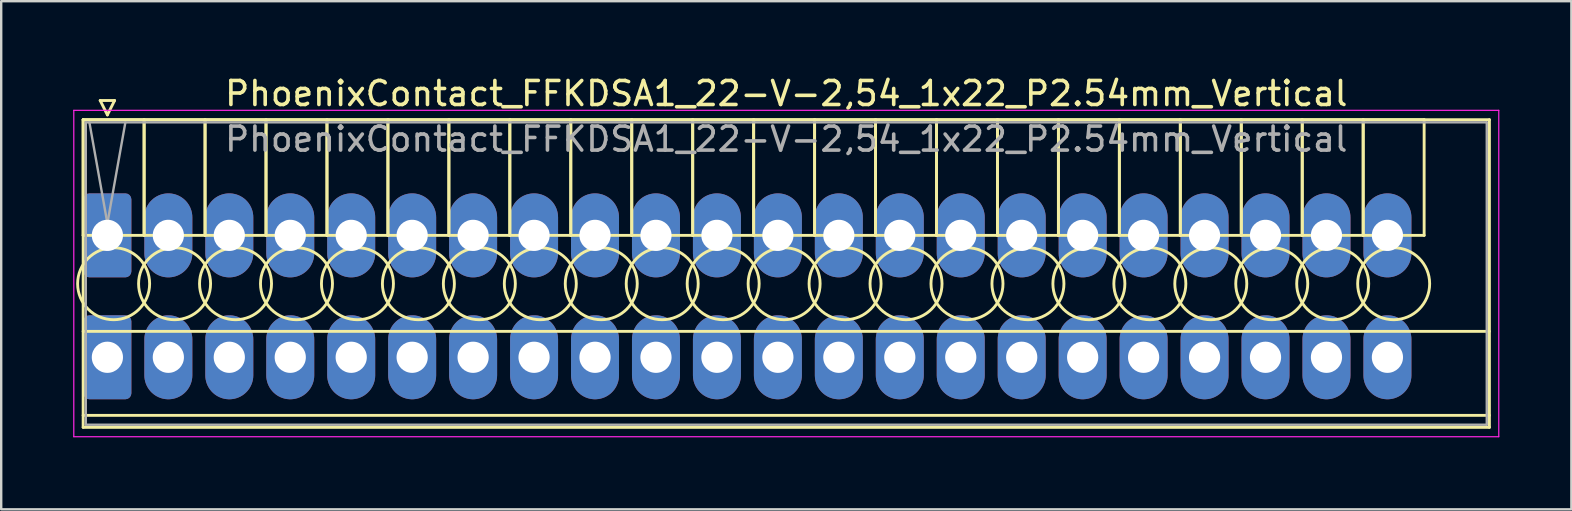
<source format=kicad_pcb>
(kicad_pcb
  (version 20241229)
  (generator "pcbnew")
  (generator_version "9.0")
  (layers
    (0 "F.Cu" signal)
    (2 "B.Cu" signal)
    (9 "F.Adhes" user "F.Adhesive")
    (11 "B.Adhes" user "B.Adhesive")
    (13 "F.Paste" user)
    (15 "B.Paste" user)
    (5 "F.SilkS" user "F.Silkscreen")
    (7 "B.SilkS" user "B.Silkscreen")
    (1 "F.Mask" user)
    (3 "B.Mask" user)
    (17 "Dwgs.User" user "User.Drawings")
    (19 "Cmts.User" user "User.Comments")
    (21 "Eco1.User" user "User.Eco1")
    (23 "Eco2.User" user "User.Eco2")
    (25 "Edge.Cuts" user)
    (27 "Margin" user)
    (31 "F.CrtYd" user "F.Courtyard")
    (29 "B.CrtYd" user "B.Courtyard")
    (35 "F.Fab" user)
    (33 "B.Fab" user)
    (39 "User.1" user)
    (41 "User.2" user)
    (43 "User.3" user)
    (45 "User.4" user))
  (footprint "PhoenixContact_FFKDSA1_22-V-2,54_1x22_P2.54mm_Vertical"
    (layer "F.Cu")
    (at 1.425 6.758)
    (property "Reference" "PhoenixContact_FFKDSA1_22-V-2,54_1x22_P2.54mm_Vertical" (at 28.29 -5.91 0) (layer "F.SilkS") (effects (font (size 1 1) (thickness 0.15))))
    (attr through_hole)
    (fp_line (start -1.01 -4.82) (end -1.01 0) (stroke (width 0.12) (type solid)) (layer "F.SilkS"))
    (fp_line (start -1.01 -4.82) (end -1.01 8) (stroke (width 0.12) (type solid)) (layer "F.SilkS"))
    (fp_line (start -1.01 0) (end 1.53 0) (stroke (width 0.12) (type solid)) (layer "F.SilkS"))
    (fp_line (start -1.01 4) (end 57.59 4) (stroke (width 0.12) (type solid)) (layer "F.SilkS"))
    (fp_line (start -1.01 7.5) (end 57.59 7.5) (stroke (width 0.12) (type solid)) (layer "F.SilkS"))
    (fp_line (start -1.01 8) (end 57.59 8) (stroke (width 0.12) (type solid)) (layer "F.SilkS"))
    (fp_line (start -0.3 -5.62) (end 0.3 -5.62) (stroke (width 0.12) (type solid)) (layer "F.SilkS"))
    (fp_line (start 0 -5.02) (end -0.3 -5.62) (stroke (width 0.12) (type solid)) (layer "F.SilkS"))
    (fp_line (start 0.3 -5.62) (end 0 -5.02) (stroke (width 0.12) (type solid)) (layer "F.SilkS"))
    (fp_line (start 1.53 -4.82) (end -1.01 -4.82) (stroke (width 0.12) (type solid)) (layer "F.SilkS"))
    (fp_line (start 1.53 -4.82) (end 1.53 0) (stroke (width 0.12) (type solid)) (layer "F.SilkS"))
    (fp_line (start 1.53 0) (end 1.53 -4.82) (stroke (width 0.12) (type solid)) (layer "F.SilkS"))
    (fp_line (start 1.53 0) (end 4.07 0) (stroke (width 0.12) (type solid)) (layer "F.SilkS"))
    (fp_line (start 4.07 -4.82) (end 1.53 -4.82) (stroke (width 0.12) (type solid)) (layer "F.SilkS"))
    (fp_line (start 4.07 -4.82) (end 4.07 0) (stroke (width 0.12) (type solid)) (layer "F.SilkS"))
    (fp_line (start 4.07 0) (end 4.07 -4.82) (stroke (width 0.12) (type solid)) (layer "F.SilkS"))
    (fp_line (start 4.07 0) (end 6.61 0) (stroke (width 0.12) (type solid)) (layer "F.SilkS"))
    (fp_line (start 6.61 -4.82) (end 4.07 -4.82) (stroke (width 0.12) (type solid)) (layer "F.SilkS"))
    (fp_line (start 6.61 -4.82) (end 6.61 0) (stroke (width 0.12) (type solid)) (layer "F.SilkS"))
    (fp_line (start 6.61 0) (end 6.61 -4.82) (stroke (width 0.12) (type solid)) (layer "F.SilkS"))
    (fp_line (start 6.61 0) (end 9.15 0) (stroke (width 0.12) (type solid)) (layer "F.SilkS"))
    (fp_line (start 9.15 -4.82) (end 6.61 -4.82) (stroke (width 0.12) (type solid)) (layer "F.SilkS"))
    (fp_line (start 9.15 -4.82) (end 9.15 0) (stroke (width 0.12) (type solid)) (layer "F.SilkS"))
    (fp_line (start 9.15 0) (end 9.15 -4.82) (stroke (width 0.12) (type solid)) (layer "F.SilkS"))
    (fp_line (start 9.15 0) (end 11.69 0) (stroke (width 0.12) (type solid)) (layer "F.SilkS"))
    (fp_line (start 11.69 -4.82) (end 9.15 -4.82) (stroke (width 0.12) (type solid)) (layer "F.SilkS"))
    (fp_line (start 11.69 -4.82) (end 11.69 0) (stroke (width 0.12) (type solid)) (layer "F.SilkS"))
    (fp_line (start 11.69 0) (end 11.69 -4.82) (stroke (width 0.12) (type solid)) (layer "F.SilkS"))
    (fp_line (start 11.69 0) (end 14.23 0) (stroke (width 0.12) (type solid)) (layer "F.SilkS"))
    (fp_line (start 14.23 -4.82) (end 11.69 -4.82) (stroke (width 0.12) (type solid)) (layer "F.SilkS"))
    (fp_line (start 14.23 -4.82) (end 14.23 0) (stroke (width 0.12) (type solid)) (layer "F.SilkS"))
    (fp_line (start 14.23 0) (end 14.23 -4.82) (stroke (width 0.12) (type solid)) (layer "F.SilkS"))
    (fp_line (start 14.23 0) (end 16.77 0) (stroke (width 0.12) (type solid)) (layer "F.SilkS"))
    (fp_line (start 16.77 -4.82) (end 14.23 -4.82) (stroke (width 0.12) (type solid)) (layer "F.SilkS"))
    (fp_line (start 16.77 -4.82) (end 16.77 0) (stroke (width 0.12) (type solid)) (layer "F.SilkS"))
    (fp_line (start 16.77 0) (end 16.77 -4.82) (stroke (width 0.12) (type solid)) (layer "F.SilkS"))
    (fp_line (start 16.77 0) (end 19.31 0) (stroke (width 0.12) (type solid)) (layer "F.SilkS"))
    (fp_line (start 19.31 -4.82) (end 16.77 -4.82) (stroke (width 0.12) (type solid)) (layer "F.SilkS"))
    (fp_line (start 19.31 -4.82) (end 19.31 0) (stroke (width 0.12) (type solid)) (layer "F.SilkS"))
    (fp_line (start 19.31 0) (end 19.31 -4.82) (stroke (width 0.12) (type solid)) (layer "F.SilkS"))
    (fp_line (start 19.31 0) (end 21.85 0) (stroke (width 0.12) (type solid)) (layer "F.SilkS"))
    (fp_line (start 21.85 -4.82) (end 19.31 -4.82) (stroke (width 0.12) (type solid)) (layer "F.SilkS"))
    (fp_line (start 21.85 -4.82) (end 21.85 0) (stroke (width 0.12) (type solid)) (layer "F.SilkS"))
    (fp_line (start 21.85 0) (end 21.85 -4.82) (stroke (width 0.12) (type solid)) (layer "F.SilkS"))
    (fp_line (start 21.85 0) (end 24.39 0) (stroke (width 0.12) (type solid)) (layer "F.SilkS"))
    (fp_line (start 24.39 -4.82) (end 21.85 -4.82) (stroke (width 0.12) (type solid)) (layer "F.SilkS"))
    (fp_line (start 24.39 -4.82) (end 24.39 0) (stroke (width 0.12) (type solid)) (layer "F.SilkS"))
    (fp_line (start 24.39 0) (end 24.39 -4.82) (stroke (width 0.12) (type solid)) (layer "F.SilkS"))
    (fp_line (start 24.39 0) (end 26.93 0) (stroke (width 0.12) (type solid)) (layer "F.SilkS"))
    (fp_line (start 26.93 -4.82) (end 24.39 -4.82) (stroke (width 0.12) (type solid)) (layer "F.SilkS"))
    (fp_line (start 26.93 -4.82) (end 26.93 0) (stroke (width 0.12) (type solid)) (layer "F.SilkS"))
    (fp_line (start 26.93 0) (end 26.93 -4.82) (stroke (width 0.12) (type solid)) (layer "F.SilkS"))
    (fp_line (start 26.93 0) (end 29.47 0) (stroke (width 0.12) (type solid)) (layer "F.SilkS"))
    (fp_line (start 29.47 -4.82) (end 26.93 -4.82) (stroke (width 0.12) (type solid)) (layer "F.SilkS"))
    (fp_line (start 29.47 -4.82) (end 29.47 0) (stroke (width 0.12) (type solid)) (layer "F.SilkS"))
    (fp_line (start 29.47 0) (end 29.47 -4.82) (stroke (width 0.12) (type solid)) (layer "F.SilkS"))
    (fp_line (start 29.47 0) (end 32.01 0) (stroke (width 0.12) (type solid)) (layer "F.SilkS"))
    (fp_line (start 32.01 -4.82) (end 29.47 -4.82) (stroke (width 0.12) (type solid)) (layer "F.SilkS"))
    (fp_line (start 32.01 -4.82) (end 32.01 0) (stroke (width 0.12) (type solid)) (layer "F.SilkS"))
    (fp_line (start 32.01 0) (end 32.01 -4.82) (stroke (width 0.12) (type solid)) (layer "F.SilkS"))
    (fp_line (start 32.01 0) (end 34.55 0) (stroke (width 0.12) (type solid)) (layer "F.SilkS"))
    (fp_line (start 34.55 -4.82) (end 32.01 -4.82) (stroke (width 0.12) (type solid)) (layer "F.SilkS"))
    (fp_line (start 34.55 -4.82) (end 34.55 0) (stroke (width 0.12) (type solid)) (layer "F.SilkS"))
    (fp_line (start 34.55 0) (end 34.55 -4.82) (stroke (width 0.12) (type solid)) (layer "F.SilkS"))
    (fp_line (start 34.55 0) (end 37.09 0) (stroke (width 0.12) (type solid)) (layer "F.SilkS"))
    (fp_line (start 37.09 -4.82) (end 34.55 -4.82) (stroke (width 0.12) (type solid)) (layer "F.SilkS"))
    (fp_line (start 37.09 -4.82) (end 37.09 0) (stroke (width 0.12) (type solid)) (layer "F.SilkS"))
    (fp_line (start 37.09 0) (end 37.09 -4.82) (stroke (width 0.12) (type solid)) (layer "F.SilkS"))
    (fp_line (start 37.09 0) (end 39.63 0) (stroke (width 0.12) (type solid)) (layer "F.SilkS"))
    (fp_line (start 39.63 -4.82) (end 37.09 -4.82) (stroke (width 0.12) (type solid)) (layer "F.SilkS"))
    (fp_line (start 39.63 -4.82) (end 39.63 0) (stroke (width 0.12) (type solid)) (layer "F.SilkS"))
    (fp_line (start 39.63 0) (end 39.63 -4.82) (stroke (width 0.12) (type solid)) (layer "F.SilkS"))
    (fp_line (start 39.63 0) (end 42.17 0) (stroke (width 0.12) (type solid)) (layer "F.SilkS"))
    (fp_line (start 42.17 -4.82) (end 39.63 -4.82) (stroke (width 0.12) (type solid)) (layer "F.SilkS"))
    (fp_line (start 42.17 -4.82) (end 42.17 0) (stroke (width 0.12) (type solid)) (layer "F.SilkS"))
    (fp_line (start 42.17 0) (end 42.17 -4.82) (stroke (width 0.12) (type solid)) (layer "F.SilkS"))
    (fp_line (start 42.17 0) (end 44.71 0) (stroke (width 0.12) (type solid)) (layer "F.SilkS"))
    (fp_line (start 44.71 -4.82) (end 42.17 -4.82) (stroke (width 0.12) (type solid)) (layer "F.SilkS"))
    (fp_line (start 44.71 -4.82) (end 44.71 0) (stroke (width 0.12) (type solid)) (layer "F.SilkS"))
    (fp_line (start 44.71 0) (end 44.71 -4.82) (stroke (width 0.12) (type solid)) (layer "F.SilkS"))
    (fp_line (start 44.71 0) (end 47.25 0) (stroke (width 0.12) (type solid)) (layer "F.SilkS"))
    (fp_line (start 47.25 -4.82) (end 44.71 -4.82) (stroke (width 0.12) (type solid)) (layer "F.SilkS"))
    (fp_line (start 47.25 -4.82) (end 47.25 0) (stroke (width 0.12) (type solid)) (layer "F.SilkS"))
    (fp_line (start 47.25 0) (end 47.25 -4.82) (stroke (width 0.12) (type solid)) (layer "F.SilkS"))
    (fp_line (start 47.25 0) (end 49.79 0) (stroke (width 0.12) (type solid)) (layer "F.SilkS"))
    (fp_line (start 49.79 -4.82) (end 47.25 -4.82) (stroke (width 0.12) (type solid)) (layer "F.SilkS"))
    (fp_line (start 49.79 -4.82) (end 49.79 0) (stroke (width 0.12) (type solid)) (layer "F.SilkS"))
    (fp_line (start 49.79 0) (end 49.79 -4.82) (stroke (width 0.12) (type solid)) (layer "F.SilkS"))
    (fp_line (start 49.79 0) (end 52.33 0) (stroke (width 0.12) (type solid)) (layer "F.SilkS"))
    (fp_line (start 52.33 -4.82) (end 49.79 -4.82) (stroke (width 0.12) (type solid)) (layer "F.SilkS"))
    (fp_line (start 52.33 -4.82) (end 52.33 0) (stroke (width 0.12) (type solid)) (layer "F.SilkS"))
    (fp_line (start 52.33 0) (end 52.33 -4.82) (stroke (width 0.12) (type solid)) (layer "F.SilkS"))
    (fp_line (start 52.33 0) (end 54.87 0) (stroke (width 0.12) (type solid)) (layer "F.SilkS"))
    (fp_line (start 54.87 -4.82) (end 52.33 -4.82) (stroke (width 0.12) (type solid)) (layer "F.SilkS"))
    (fp_line (start 54.87 0) (end 54.87 -4.82) (stroke (width 0.12) (type solid)) (layer "F.SilkS"))
    (fp_line (start 57.59 -4.82) (end -1.01 -4.82) (stroke (width 0.12) (type solid)) (layer "F.SilkS"))
    (fp_line (start 57.59 8) (end 57.59 -4.82) (stroke (width 0.12) (type solid)) (layer "F.SilkS"))
    (fp_circle (center 0.26 2.015) (end 1.76 2.015) (stroke (width 0.12) (type solid)) (fill no) (layer "F.SilkS"))
    (fp_circle (center 2.8 2.015) (end 4.3 2.015) (stroke (width 0.12) (type solid)) (fill no) (layer "F.SilkS"))
    (fp_circle (center 5.34 2.015) (end 6.84 2.015) (stroke (width 0.12) (type solid)) (fill no) (layer "F.SilkS"))
    (fp_circle (center 7.88 2.015) (end 9.38 2.015) (stroke (width 0.12) (type solid)) (fill no) (layer "F.SilkS"))
    (fp_circle (center 10.42 2.015) (end 11.92 2.015) (stroke (width 0.12) (type solid)) (fill no) (layer "F.SilkS"))
    (fp_circle (center 12.96 2.015) (end 14.46 2.015) (stroke (width 0.12) (type solid)) (fill no) (layer "F.SilkS"))
    (fp_circle (center 15.5 2.015) (end 17 2.015) (stroke (width 0.12) (type solid)) (fill no) (layer "F.SilkS"))
    (fp_circle (center 18.04 2.015) (end 19.54 2.015) (stroke (width 0.12) (type solid)) (fill no) (layer "F.SilkS"))
    (fp_circle (center 20.58 2.015) (end 22.08 2.015) (stroke (width 0.12) (type solid)) (fill no) (layer "F.SilkS"))
    (fp_circle (center 23.12 2.015) (end 24.62 2.015) (stroke (width 0.12) (type solid)) (fill no) (layer "F.SilkS"))
    (fp_circle (center 25.66 2.015) (end 27.16 2.015) (stroke (width 0.12) (type solid)) (fill no) (layer "F.SilkS"))
    (fp_circle (center 28.2 2.015) (end 29.7 2.015) (stroke (width 0.12) (type solid)) (fill no) (layer "F.SilkS"))
    (fp_circle (center 30.74 2.015) (end 32.24 2.015) (stroke (width 0.12) (type solid)) (fill no) (layer "F.SilkS"))
    (fp_circle (center 33.28 2.015) (end 34.78 2.015) (stroke (width 0.12) (type solid)) (fill no) (layer "F.SilkS"))
    (fp_circle (center 35.82 2.015) (end 37.32 2.015) (stroke (width 0.12) (type solid)) (fill no) (layer "F.SilkS"))
    (fp_circle (center 38.36 2.015) (end 39.86 2.015) (stroke (width 0.12) (type solid)) (fill no) (layer "F.SilkS"))
    (fp_circle (center 40.9 2.015) (end 42.4 2.015) (stroke (width 0.12) (type solid)) (fill no) (layer "F.SilkS"))
    (fp_circle (center 43.44 2.015) (end 44.94 2.015) (stroke (width 0.12) (type solid)) (fill no) (layer "F.SilkS"))
    (fp_circle (center 45.98 2.015) (end 47.48 2.015) (stroke (width 0.12) (type solid)) (fill no) (layer "F.SilkS"))
    (fp_circle (center 48.52 2.015) (end 50.02 2.015) (stroke (width 0.12) (type solid)) (fill no) (layer "F.SilkS"))
    (fp_circle (center 51.06 2.015) (end 52.56 2.015) (stroke (width 0.12) (type solid)) (fill no) (layer "F.SilkS"))
    (fp_circle (center 53.6 2.015) (end 55.1 2.015) (stroke (width 0.12) (type solid)) (fill no) (layer "F.SilkS"))
    (fp_line (start -1.4 -5.21) (end -1.4 8.39) (stroke (width 0.05) (type solid)) (layer "F.CrtYd"))
    (fp_line (start -1.4 8.39) (end 57.98 8.39) (stroke (width 0.05) (type solid)) (layer "F.CrtYd"))
    (fp_line (start 57.98 -5.21) (end -1.4 -5.21) (stroke (width 0.05) (type solid)) (layer "F.CrtYd"))
    (fp_line (start 57.98 8.39) (end 57.98 -5.21) (stroke (width 0.05) (type solid)) (layer "F.CrtYd"))
    (fp_line (start -0.9 -4.71) (end -0.9 7.89) (stroke (width 0.1) (type solid)) (layer "F.Fab"))
    (fp_line (start -0.9 7.89) (end 57.48 7.89) (stroke (width 0.1) (type solid)) (layer "F.Fab"))
    (fp_line (start 0 -0.5) (end -0.75 -4.71) (stroke (width 0.1) (type solid)) (layer "F.Fab"))
    (fp_line (start 0.75 -4.71) (end 0 -0.5) (stroke (width 0.1) (type solid)) (layer "F.Fab"))
    (fp_line (start 57.48 -4.71) (end -0.9 -4.71) (stroke (width 0.1) (type solid)) (layer "F.Fab"))
    (fp_line (start 57.48 7.89) (end 57.48 -4.71) (stroke (width 0.1) (type solid)) (layer "F.Fab"))
    (fp_text user "${REFERENCE}" (at 28.29 -4.01 0) (layer "F.Fab") (effects (font (size 1 1) (thickness 0.15))))
    (pad "1" thru_hole roundrect (at 0 0) (size 2 3.5) (drill 1.3) (layers "*.Cu" "*.Mask") (roundrect_rratio 0.125))
    (pad "1" thru_hole roundrect (at 0 5.08) (size 2 3.5) (drill 1.3) (layers "*.Cu" "*.Mask") (roundrect_rratio 0.125))
    (pad "2" thru_hole oval (at 2.54 0) (size 2 3.5) (drill 1.3) (layers "*.Cu" "*.Mask"))
    (pad "2" thru_hole oval (at 2.54 5.08) (size 2 3.5) (drill 1.3) (layers "*.Cu" "*.Mask"))
    (pad "3" thru_hole oval (at 5.08 0) (size 2 3.5) (drill 1.3) (layers "*.Cu" "*.Mask"))
    (pad "3" thru_hole oval (at 5.08 5.08) (size 2 3.5) (drill 1.3) (layers "*.Cu" "*.Mask"))
    (pad "4" thru_hole oval (at 7.62 0) (size 2 3.5) (drill 1.3) (layers "*.Cu" "*.Mask"))
    (pad "4" thru_hole oval (at 7.62 5.08) (size 2 3.5) (drill 1.3) (layers "*.Cu" "*.Mask"))
    (pad "5" thru_hole oval (at 10.16 0) (size 2 3.5) (drill 1.3) (layers "*.Cu" "*.Mask"))
    (pad "5" thru_hole oval (at 10.16 5.08) (size 2 3.5) (drill 1.3) (layers "*.Cu" "*.Mask"))
    (pad "6" thru_hole oval (at 12.7 0) (size 2 3.5) (drill 1.3) (layers "*.Cu" "*.Mask"))
    (pad "6" thru_hole oval (at 12.7 5.08) (size 2 3.5) (drill 1.3) (layers "*.Cu" "*.Mask"))
    (pad "7" thru_hole oval (at 15.24 0) (size 2 3.5) (drill 1.3) (layers "*.Cu" "*.Mask"))
    (pad "7" thru_hole oval (at 15.24 5.08) (size 2 3.5) (drill 1.3) (layers "*.Cu" "*.Mask"))
    (pad "8" thru_hole oval (at 17.78 0) (size 2 3.5) (drill 1.3) (layers "*.Cu" "*.Mask"))
    (pad "8" thru_hole oval (at 17.78 5.08) (size 2 3.5) (drill 1.3) (layers "*.Cu" "*.Mask"))
    (pad "9" thru_hole oval (at 20.32 0) (size 2 3.5) (drill 1.3) (layers "*.Cu" "*.Mask"))
    (pad "9" thru_hole oval (at 20.32 5.08) (size 2 3.5) (drill 1.3) (layers "*.Cu" "*.Mask"))
    (pad "10" thru_hole oval (at 22.86 0) (size 2 3.5) (drill 1.3) (layers "*.Cu" "*.Mask"))
    (pad "10" thru_hole oval (at 22.86 5.08) (size 2 3.5) (drill 1.3) (layers "*.Cu" "*.Mask"))
    (pad "11" thru_hole oval (at 25.4 0) (size 2 3.5) (drill 1.3) (layers "*.Cu" "*.Mask"))
    (pad "11" thru_hole oval (at 25.4 5.08) (size 2 3.5) (drill 1.3) (layers "*.Cu" "*.Mask"))
    (pad "12" thru_hole oval (at 27.94 0) (size 2 3.5) (drill 1.3) (layers "*.Cu" "*.Mask"))
    (pad "12" thru_hole oval (at 27.94 5.08) (size 2 3.5) (drill 1.3) (layers "*.Cu" "*.Mask"))
    (pad "13" thru_hole oval (at 30.48 0) (size 2 3.5) (drill 1.3) (layers "*.Cu" "*.Mask"))
    (pad "13" thru_hole oval (at 30.48 5.08) (size 2 3.5) (drill 1.3) (layers "*.Cu" "*.Mask"))
    (pad "14" thru_hole oval (at 33.02 0) (size 2 3.5) (drill 1.3) (layers "*.Cu" "*.Mask"))
    (pad "14" thru_hole oval (at 33.02 5.08) (size 2 3.5) (drill 1.3) (layers "*.Cu" "*.Mask"))
    (pad "15" thru_hole oval (at 35.56 0) (size 2 3.5) (drill 1.3) (layers "*.Cu" "*.Mask"))
    (pad "15" thru_hole oval (at 35.56 5.08) (size 2 3.5) (drill 1.3) (layers "*.Cu" "*.Mask"))
    (pad "16" thru_hole oval (at 38.1 0) (size 2 3.5) (drill 1.3) (layers "*.Cu" "*.Mask"))
    (pad "16" thru_hole oval (at 38.1 5.08) (size 2 3.5) (drill 1.3) (layers "*.Cu" "*.Mask"))
    (pad "17" thru_hole oval (at 40.64 0) (size 2 3.5) (drill 1.3) (layers "*.Cu" "*.Mask"))
    (pad "17" thru_hole oval (at 40.64 5.08) (size 2 3.5) (drill 1.3) (layers "*.Cu" "*.Mask"))
    (pad "18" thru_hole oval (at 43.18 0) (size 2 3.5) (drill 1.3) (layers "*.Cu" "*.Mask"))
    (pad "18" thru_hole oval (at 43.18 5.08) (size 2 3.5) (drill 1.3) (layers "*.Cu" "*.Mask"))
    (pad "19" thru_hole oval (at 45.72 0) (size 2 3.5) (drill 1.3) (layers "*.Cu" "*.Mask"))
    (pad "19" thru_hole oval (at 45.72 5.08) (size 2 3.5) (drill 1.3) (layers "*.Cu" "*.Mask"))
    (pad "20" thru_hole oval (at 48.26 0) (size 2 3.5) (drill 1.3) (layers "*.Cu" "*.Mask"))
    (pad "20" thru_hole oval (at 48.26 5.08) (size 2 3.5) (drill 1.3) (layers "*.Cu" "*.Mask"))
    (pad "21" thru_hole oval (at 50.8 0) (size 2 3.5) (drill 1.3) (layers "*.Cu" "*.Mask"))
    (pad "21" thru_hole oval (at 50.8 5.08) (size 2 3.5) (drill 1.3) (layers "*.Cu" "*.Mask"))
    (pad "22" thru_hole oval (at 53.34 0) (size 2 3.5) (drill 1.3) (layers "*.Cu" "*.Mask"))
    (pad "22" thru_hole oval (at 53.34 5.08) (size 2 3.5) (drill 1.3) (layers "*.Cu" "*.Mask")))
  (gr_rect
    (start -3 -3)
    (end 62.43 18.173)
    (stroke (width 0.1) (type default))
    (fill no)
    (layer "Edge.Cuts")))
</source>
